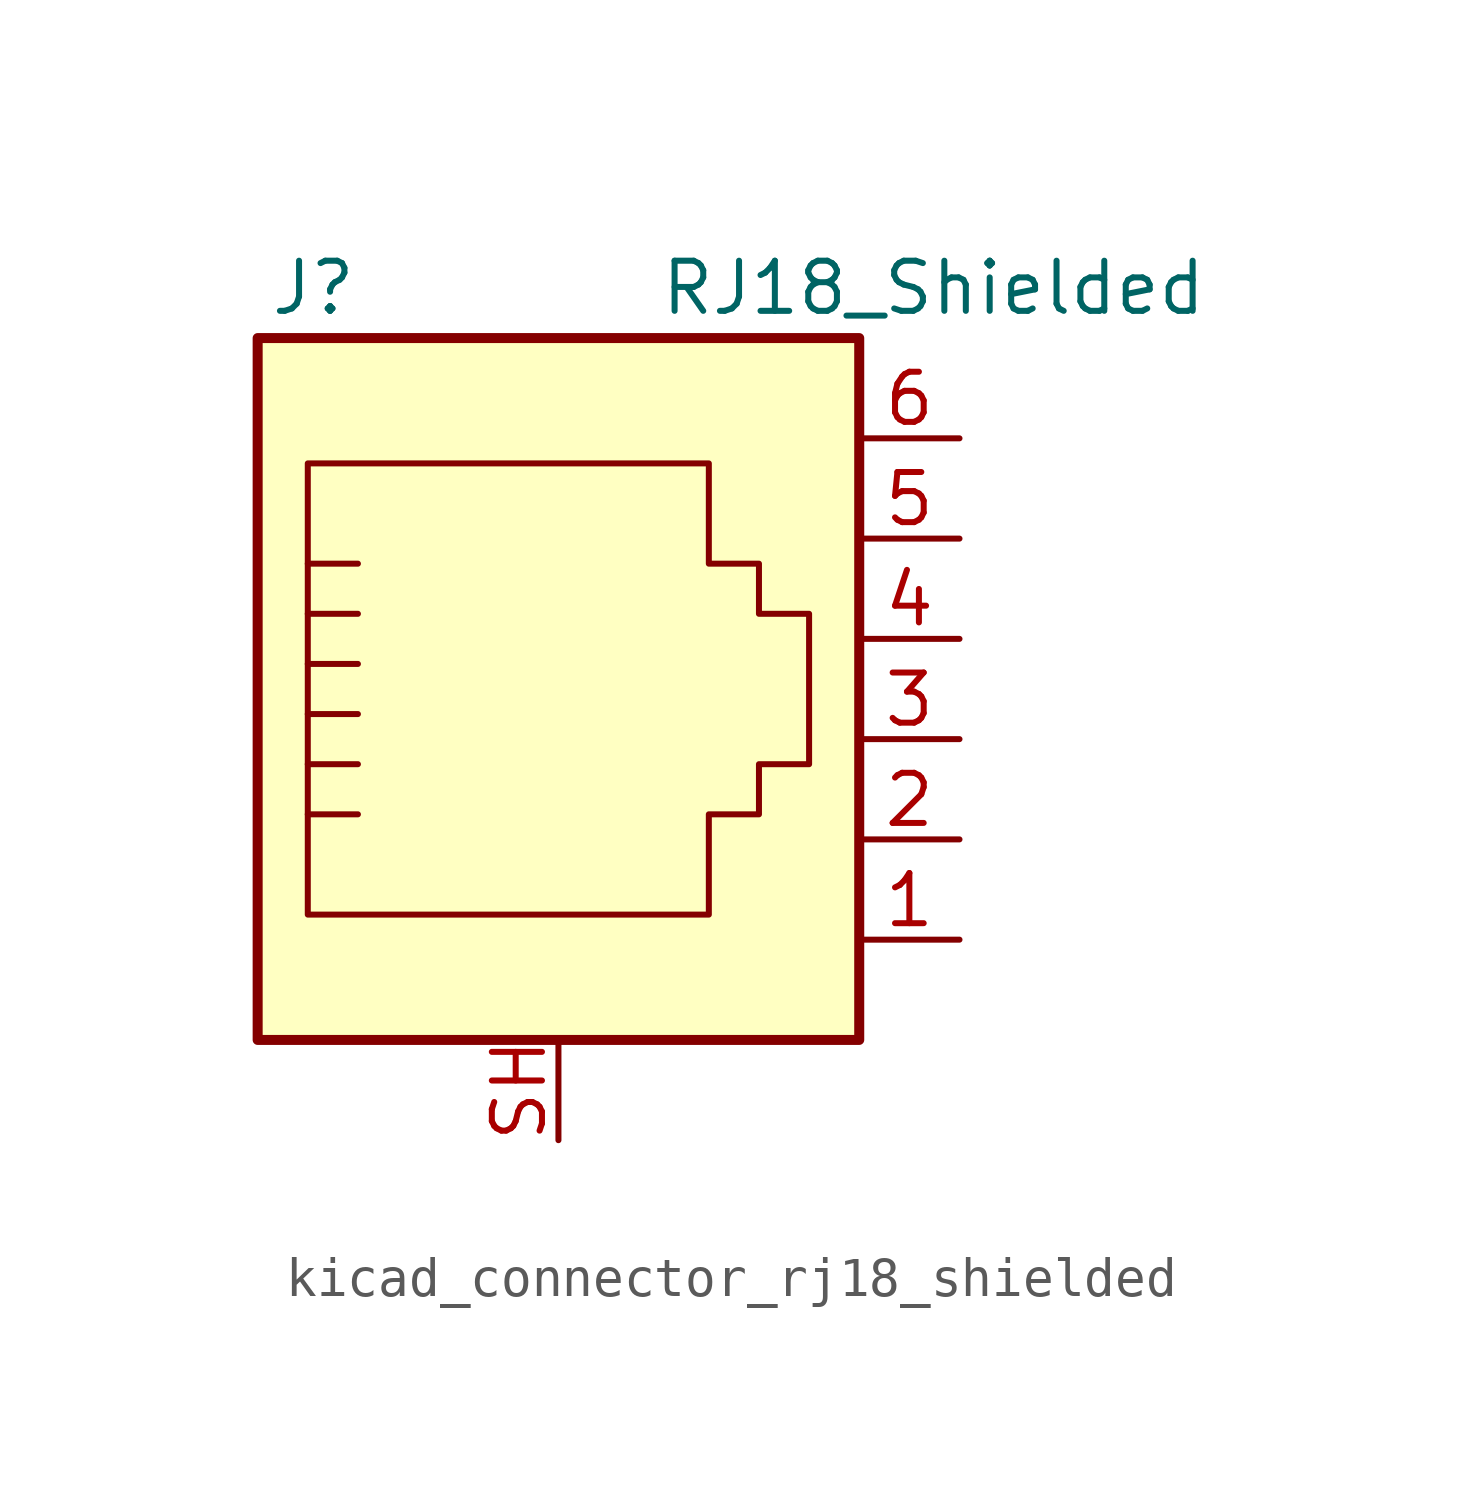
<source format=kicad_sym>
(kicad_symbol_lib
  (version 20220914)
  (generator kicad_symbol_editor)
  (symbol "kicad_connector_rj18_shielded"
    (pin_names
      (offset 1.016))
    (property "Reference" "J"
      (at -5.08 11.43 0)
      (effects (font (size 1.27 1.27)) (justify right)))
    (property "Value" "RJ18_Shielded"
      (at 2.54 11.43 0)
      (effects (font (size 1.27 1.27)) (justify left)))
    (symbol "kicad_connector_rj18_shielded_0_1"
      (polyline (pts (xy -6.35 -1.905) (xy -5.08 -1.905) (xy -5.08 -1.905)) (stroke (width 0) (type default)) (fill (type none)))
      (polyline (pts (xy -6.35 -0.635) (xy -5.08 -0.635) (xy -5.08 -0.635)) (stroke (width 0) (type default)) (fill (type none)))
      (polyline (pts (xy -6.35 0.635) (xy -5.08 0.635) (xy -5.08 0.635)) (stroke (width 0) (type default)) (fill (type none)))
      (polyline (pts (xy -6.35 1.905) (xy -5.08 1.905) (xy -5.08 1.905)) (stroke (width 0) (type default)) (fill (type none)))
      (polyline (pts (xy -6.35 3.175) (xy -5.08 3.175) (xy -5.08 3.175)) (stroke (width 0) (type default)) (fill (type none)))
      (polyline (pts (xy -5.08 4.445) (xy -6.35 4.445) (xy -6.35 4.445)) (stroke (width 0) (type default)) (fill (type none)))
      (polyline (pts (xy -6.35 -4.445) (xy -6.35 6.985) (xy 3.81 6.985) (xy 3.81 4.445) (xy 5.08 4.445) (xy 5.08 3.175) (xy 6.35 3.175) (xy 6.35 -0.635) (xy 5.08 -0.635) (xy 5.08 -1.905) (xy 3.81 -1.905) (xy 3.81 -4.445) (xy -6.35 -4.445) (xy -6.35 -4.445)) (stroke (width 0) (type default)) (fill (type none)))
      (rectangle (start 7.62 10.16) (end -7.62 -7.62) (stroke (width 0.254) (type default)) (fill (type background))))
    (symbol "kicad_connector_rj18_shielded_1_1"
      (pin passive line (at 10.16 -5.08 180) (length 2.54) (name "~" (effects (font (size 1.27 1.27)))) (number "1" (effects (font (size 1.27 1.27)))))
      (pin passive line (at 10.16 -2.54 180) (length 2.54) (name "~" (effects (font (size 1.27 1.27)))) (number "2" (effects (font (size 1.27 1.27)))))
      (pin passive line (at 10.16 0 180) (length 2.54) (name "~" (effects (font (size 1.27 1.27)))) (number "3" (effects (font (size 1.27 1.27)))))
      (pin passive line (at 10.16 2.54 180) (length 2.54) (name "~" (effects (font (size 1.27 1.27)))) (number "4" (effects (font (size 1.27 1.27)))))
      (pin passive line (at 10.16 5.08 180) (length 2.54) (name "~" (effects (font (size 1.27 1.27)))) (number "5" (effects (font (size 1.27 1.27)))))
      (pin passive line (at 10.16 7.62 180) (length 2.54) (name "~" (effects (font (size 1.27 1.27)))) (number "6" (effects (font (size 1.27 1.27)))))
      (pin passive line (at 0 -10.16 90) (length 2.54) (name "~" (effects (font (size 1.27 1.27)))) (number "SH" (effects (font (size 1.27 1.27))))))))
</source>
